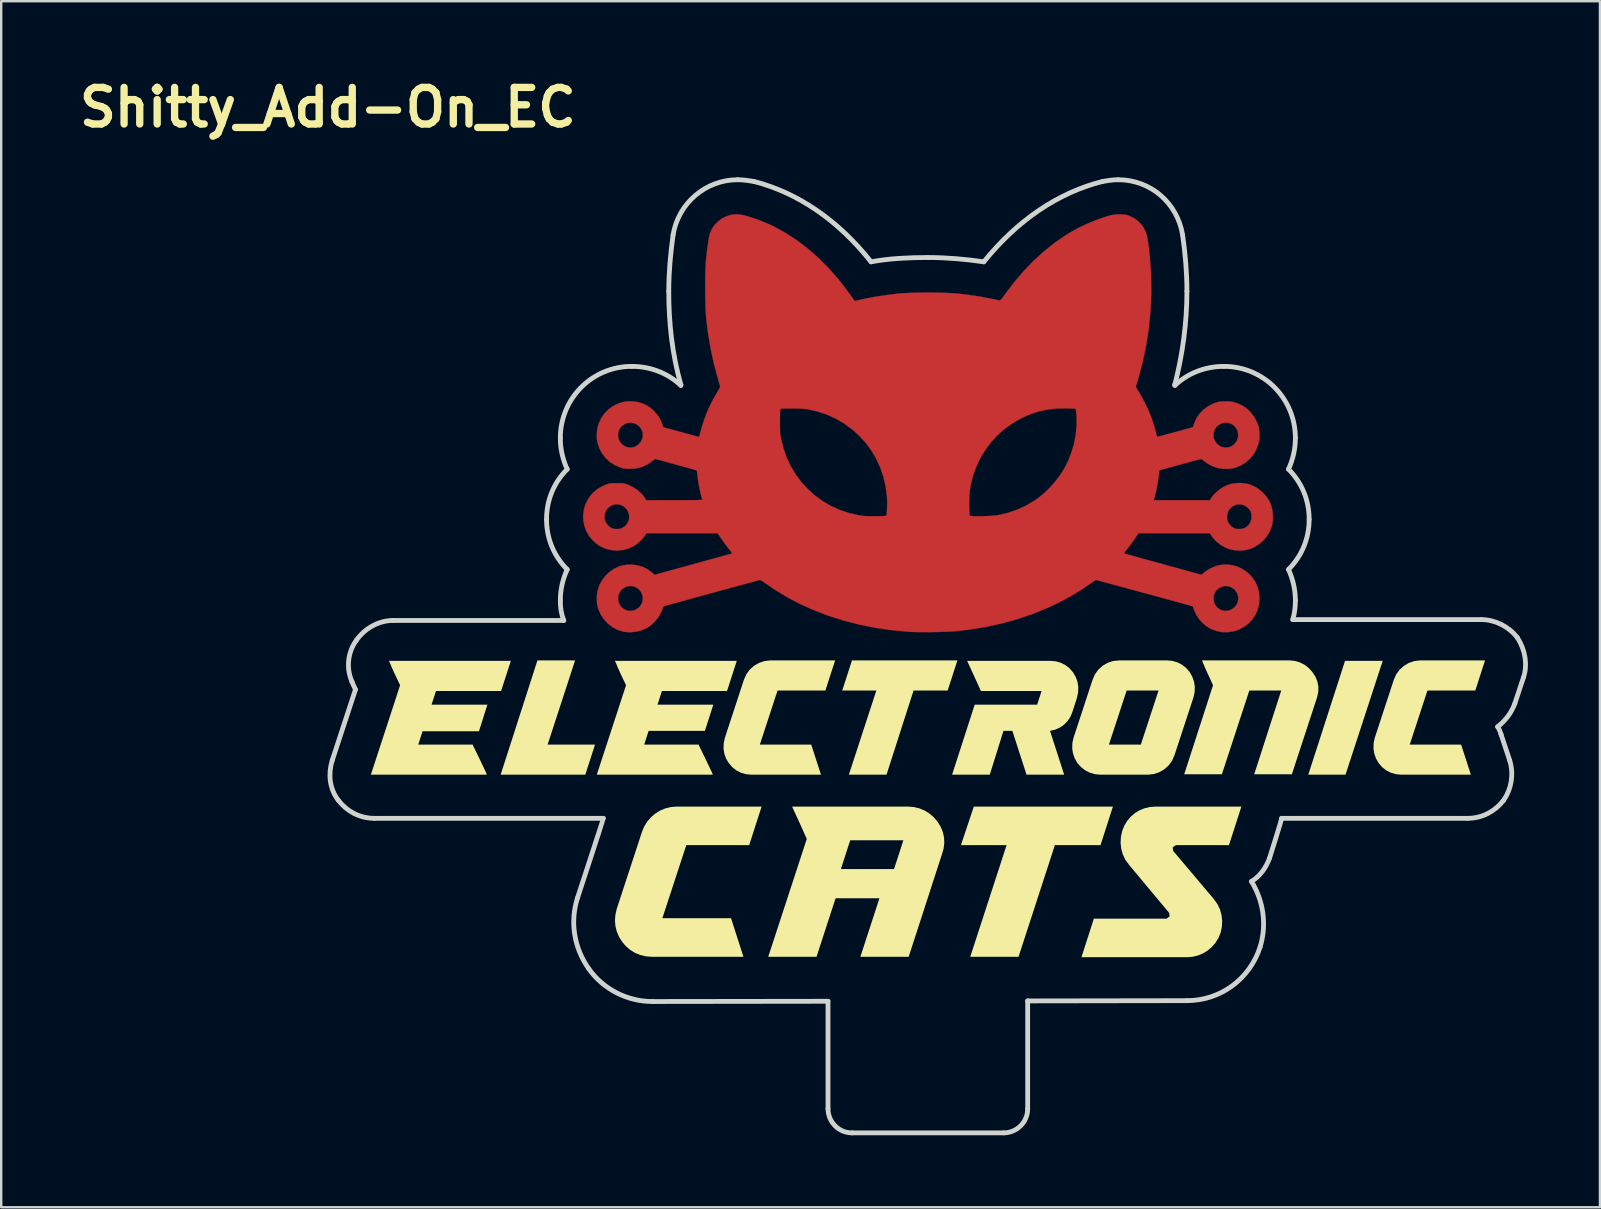
<source format=kicad_pcb>
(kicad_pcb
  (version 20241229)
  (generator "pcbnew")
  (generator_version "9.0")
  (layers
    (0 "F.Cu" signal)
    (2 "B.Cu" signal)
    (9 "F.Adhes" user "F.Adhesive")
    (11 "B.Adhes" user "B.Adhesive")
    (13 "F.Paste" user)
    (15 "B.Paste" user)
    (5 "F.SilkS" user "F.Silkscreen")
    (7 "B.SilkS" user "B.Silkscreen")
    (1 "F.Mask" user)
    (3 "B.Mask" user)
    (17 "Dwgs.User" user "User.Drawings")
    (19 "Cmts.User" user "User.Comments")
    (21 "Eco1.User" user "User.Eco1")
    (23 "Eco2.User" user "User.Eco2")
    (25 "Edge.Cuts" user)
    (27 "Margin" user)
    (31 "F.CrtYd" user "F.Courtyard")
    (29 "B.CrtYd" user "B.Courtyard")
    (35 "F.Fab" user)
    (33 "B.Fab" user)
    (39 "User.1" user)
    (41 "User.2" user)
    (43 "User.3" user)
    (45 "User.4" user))
  (footprint "Shitty_Add-On_EC"
    (layer "F.Cu")
    (at 10.61 4.382)
    (property "Reference" "Shitty_Add-On_EC" (at 0 -2.956 0) (layer "F.SilkS") (effects (font (size 1.524 1.524) (thickness 0.305))))
    (attr exclude_from_pos_files exclude_from_bom)
    (fp_poly (pts (xy 17.129 1.5) (xy 17.257 1.521) (xy 17.415 1.559) (xy 17.596 1.612) (xy 17.792 1.677) (xy 17.997 1.751) (xy 18.202 1.833) (xy 18.401 1.918) (xy 18.586 2.006) (xy 18.593 2.009) (xy 19.066 2.27) (xy 19.527 2.57) (xy 19.974 2.908) (xy 20.406 3.284) (xy 20.82 3.695) (xy 21.216 4.141) (xy 21.367 4.325) (xy 21.434 4.412) (xy 21.516 4.519) (xy 21.605 4.637) (xy 21.694 4.758) (xy 21.779 4.873) (xy 21.851 4.973) (xy 21.905 5.05) (xy 21.913 5.062) (xy 21.944 5.109) (xy 22.273 5.035) (xy 22.498 4.988) (xy 22.755 4.941) (xy 23.032 4.896) (xy 23.318 4.855) (xy 23.602 4.819) (xy 23.797 4.798) (xy 23.959 4.785) (xy 24.157 4.774) (xy 24.381 4.766) (xy 24.625 4.761) (xy 24.88 4.758) (xy 25.138 4.758) (xy 25.393 4.761) (xy 25.636 4.766) (xy 25.86 4.774) (xy 26.057 4.785) (xy 26.209 4.797) (xy 26.577 4.838) (xy 26.918 4.885) (xy 27.251 4.94) (xy 27.543 4.996) (xy 27.667 5.021) (xy 27.779 5.044) (xy 27.873 5.063) (xy 27.94 5.076) (xy 27.969 5.082) (xy 27.993 5.082) (xy 28.016 5.073) (xy 28.045 5.048) (xy 28.084 5.002) (xy 28.137 4.93) (xy 28.199 4.844) (xy 28.572 4.349) (xy 28.966 3.886) (xy 29.378 3.456) (xy 29.807 3.062) (xy 30.252 2.704) (xy 30.711 2.385) (xy 30.98 2.22) (xy 31.282 2.056) (xy 31.611 1.899) (xy 31.955 1.756) (xy 32.297 1.633) (xy 32.496 1.571) (xy 32.612 1.538) (xy 32.705 1.518) (xy 32.791 1.506) (xy 32.887 1.501) (xy 32.983 1.5) (xy 33.1 1.501) (xy 33.189 1.507) (xy 33.261 1.519) (xy 33.329 1.538) (xy 33.364 1.55) (xy 33.566 1.645) (xy 33.745 1.771) (xy 33.896 1.926) (xy 34.016 2.104) (xy 34.094 2.283) (xy 34.121 2.382) (xy 34.147 2.518) (xy 34.174 2.686) (xy 34.2 2.881) (xy 34.224 3.097) (xy 34.246 3.329) (xy 34.266 3.572) (xy 34.282 3.821) (xy 34.295 4.066) (xy 34.304 4.784) (xy 34.273 5.507) (xy 34.203 6.231) (xy 34.092 6.951) (xy 33.943 7.663) (xy 33.756 8.362) (xy 33.744 8.399) (xy 33.658 8.685) (xy 33.808 8.934) (xy 33.937 9.159) (xy 34.061 9.397) (xy 34.173 9.633) (xy 34.266 9.854) (xy 34.285 9.903) (xy 34.33 10.029) (xy 34.376 10.168) (xy 34.421 10.309) (xy 34.46 10.444) (xy 34.492 10.561) (xy 34.513 10.651) (xy 34.517 10.67) (xy 34.533 10.732) (xy 34.557 10.758) (xy 34.567 10.76) (xy 34.595 10.754) (xy 34.659 10.739) (xy 34.754 10.714) (xy 34.804 10.701) (xy 36.894 10.701) (xy 36.913 10.839) (xy 36.967 10.962) (xy 37.048 11.064) (xy 37.151 11.144) (xy 37.27 11.196) (xy 37.398 11.217) (xy 37.53 11.203) (xy 37.637 11.163) (xy 37.76 11.078) (xy 37.85 10.966) (xy 37.906 10.835) (xy 37.924 10.697) (xy 37.906 10.554) (xy 37.856 10.43) (xy 37.778 10.328) (xy 37.679 10.25) (xy 37.564 10.198) (xy 37.441 10.176) (xy 37.313 10.184) (xy 37.188 10.226) (xy 37.071 10.303) (xy 37.032 10.34) (xy 36.948 10.456) (xy 36.903 10.591) (xy 36.894 10.701) (xy 34.804 10.701) (xy 34.875 10.683) (xy 35.017 10.645) (xy 35.175 10.602) (xy 35.319 10.563) (xy 36.037 10.367) (xy 36.085 10.223) (xy 36.18 10.007) (xy 36.309 9.812) (xy 36.471 9.642) (xy 36.661 9.499) (xy 36.877 9.387) (xy 36.96 9.355) (xy 37.045 9.327) (xy 37.116 9.308) (xy 37.187 9.297) (xy 37.272 9.292) (xy 37.385 9.29) (xy 37.396 9.29) (xy 37.513 9.291) (xy 37.602 9.295) (xy 37.677 9.306) (xy 37.752 9.324) (xy 37.839 9.351) (xy 38.064 9.446) (xy 38.265 9.575) (xy 38.439 9.735) (xy 38.584 9.924) (xy 38.666 10.072) (xy 38.708 10.166) (xy 38.745 10.257) (xy 38.772 10.332) (xy 38.779 10.358) (xy 38.814 10.603) (xy 38.808 10.844) (xy 38.761 11.081) (xy 38.673 11.309) (xy 38.568 11.491) (xy 38.422 11.672) (xy 38.246 11.828) (xy 38.045 11.954) (xy 37.828 12.046) (xy 37.767 12.064) (xy 37.605 12.094) (xy 37.424 12.103) (xy 37.239 12.094) (xy 37.066 12.065) (xy 36.994 12.045) (xy 36.78 11.956) (xy 36.585 11.839) (xy 36.492 11.767) (xy 36.438 11.725) (xy 36.394 11.697) (xy 36.376 11.691) (xy 36.352 11.697) (xy 36.293 11.712) (xy 36.204 11.735) (xy 36.089 11.766) (xy 35.955 11.802) (xy 35.806 11.842) (xy 35.647 11.885) (xy 35.484 11.93) (xy 35.322 11.974) (xy 35.166 12.017) (xy 35.021 12.057) (xy 34.892 12.092) (xy 34.785 12.122) (xy 34.704 12.145) (xy 34.655 12.16) (xy 34.642 12.164) (xy 34.638 12.185) (xy 34.631 12.24) (xy 34.622 12.318) (xy 34.614 12.39) (xy 34.593 12.549) (xy 34.563 12.729) (xy 34.528 12.915) (xy 34.49 13.092) (xy 34.452 13.244) (xy 34.447 13.263) (xy 34.407 13.406) (xy 36.746 13.406) (xy 36.813 13.301) (xy 36.908 13.179) (xy 37.031 13.056) (xy 37.169 12.944) (xy 37.311 12.854) (xy 37.34 12.838) (xy 37.537 12.755) (xy 37.731 12.707) (xy 37.938 12.689) (xy 38.049 12.691) (xy 38.283 12.719) (xy 38.496 12.783) (xy 38.693 12.883) (xy 38.879 13.022) (xy 38.962 13.1) (xy 39.116 13.276) (xy 39.232 13.46) (xy 39.311 13.658) (xy 39.356 13.875) (xy 39.369 14.03) (xy 39.37 14.216) (xy 39.351 14.378) (xy 39.31 14.533) (xy 39.243 14.696) (xy 39.222 14.739) (xy 39.107 14.927) (xy 38.959 15.098) (xy 38.783 15.246) (xy 38.586 15.366) (xy 38.398 15.446) (xy 38.209 15.49) (xy 38.003 15.506) (xy 37.792 15.495) (xy 37.59 15.456) (xy 37.532 15.438) (xy 37.364 15.367) (xy 37.198 15.269) (xy 37.044 15.152) (xy 36.912 15.023) (xy 36.811 14.89) (xy 36.801 14.875) (xy 36.747 14.782) (xy 33.774 14.782) (xy 33.611 15.02) (xy 33.534 15.13) (xy 33.449 15.247) (xy 33.365 15.358) (xy 33.302 15.438) (xy 33.239 15.517) (xy 33.2 15.57) (xy 33.181 15.602) (xy 33.18 15.62) (xy 33.194 15.631) (xy 33.202 15.634) (xy 33.229 15.642) (xy 33.294 15.66) (xy 33.393 15.688) (xy 33.524 15.724) (xy 33.682 15.768) (xy 33.865 15.818) (xy 34.069 15.875) (xy 34.292 15.936) (xy 34.529 16.001) (xy 34.778 16.07) (xy 34.823 16.082) (xy 36.398 16.515) (xy 36.505 16.42) (xy 36.612 16.34) (xy 36.745 16.262) (xy 36.891 16.193) (xy 37.033 16.139) (xy 37.089 16.123) (xy 37.314 16.088) (xy 37.541 16.092) (xy 37.766 16.135) (xy 37.983 16.212) (xy 38.186 16.324) (xy 38.371 16.468) (xy 38.5 16.605) (xy 38.634 16.8) (xy 38.731 17.014) (xy 38.79 17.245) (xy 38.811 17.49) (xy 38.811 17.502) (xy 38.791 17.749) (xy 38.733 17.978) (xy 38.638 18.189) (xy 38.503 18.384) (xy 38.349 18.545) (xy 38.16 18.69) (xy 37.953 18.799) (xy 37.733 18.871) (xy 37.504 18.906) (xy 37.271 18.903) (xy 37.04 18.861) (xy 36.814 18.78) (xy 36.744 18.746) (xy 36.59 18.648) (xy 36.44 18.518) (xy 36.304 18.369) (xy 36.195 18.211) (xy 36.163 18.152) (xy 36.122 18.065) (xy 36.087 17.983) (xy 36.065 17.92) (xy 36.061 17.904) (xy 36.043 17.852) (xy 36.016 17.822) (xy 36.013 17.821) (xy 35.97 17.808) (xy 35.891 17.787) (xy 35.781 17.756) (xy 35.641 17.717) (xy 35.476 17.672) (xy 35.289 17.621) (xy 35.083 17.565) (xy 34.862 17.504) (xy 34.853 17.502) (xy 36.893 17.502) (xy 36.912 17.643) (xy 36.965 17.768) (xy 37.046 17.871) (xy 37.15 17.951) (xy 37.269 18.001) (xy 37.4 18.02) (xy 37.534 18.004) (xy 37.635 17.965) (xy 37.756 17.884) (xy 37.846 17.78) (xy 37.904 17.661) (xy 37.929 17.532) (xy 37.921 17.401) (xy 37.878 17.274) (xy 37.8 17.158) (xy 37.746 17.105) (xy 37.627 17.028) (xy 37.5 16.988) (xy 37.372 16.982) (xy 37.247 17.008) (xy 37.132 17.063) (xy 37.034 17.145) (xy 36.957 17.249) (xy 36.908 17.375) (xy 36.893 17.502) (xy 34.853 17.502) (xy 34.629 17.441) (xy 34.387 17.375) (xy 34.141 17.308) (xy 33.892 17.24) (xy 33.645 17.173) (xy 33.403 17.107) (xy 33.17 17.044) (xy 32.948 16.984) (xy 32.742 16.928) (xy 32.554 16.877) (xy 32.388 16.832) (xy 32.247 16.794) (xy 32.135 16.764) (xy 32.055 16.743) (xy 32.01 16.731) (xy 32.002 16.729) (xy 31.977 16.741) (xy 31.924 16.774) (xy 31.851 16.823) (xy 31.763 16.884) (xy 31.716 16.917) (xy 31.35 17.164) (xy 30.953 17.403) (xy 30.537 17.63) (xy 30.112 17.836) (xy 30.031 17.872) (xy 29.407 18.129) (xy 28.767 18.349) (xy 28.109 18.533) (xy 27.431 18.683) (xy 26.732 18.797) (xy 26.231 18.857) (xy 26.07 18.871) (xy 25.875 18.882) (xy 25.656 18.891) (xy 25.42 18.898) (xy 25.178 18.903) (xy 24.936 18.905) (xy 24.705 18.905) (xy 24.493 18.901) (xy 24.309 18.895) (xy 24.22 18.89) (xy 23.521 18.826) (xy 22.838 18.728) (xy 22.17 18.596) (xy 21.522 18.431) (xy 20.893 18.234) (xy 20.287 18.006) (xy 19.705 17.747) (xy 19.149 17.457) (xy 18.621 17.138) (xy 18.19 16.84) (xy 18.11 16.783) (xy 18.054 16.75) (xy 18.013 16.736) (xy 17.977 16.736) (xy 17.974 16.737) (xy 17.94 16.745) (xy 17.87 16.763) (xy 17.767 16.791) (xy 17.634 16.827) (xy 17.474 16.87) (xy 17.292 16.919) (xy 17.09 16.974) (xy 16.873 17.033) (xy 16.642 17.096) (xy 16.403 17.161) (xy 16.158 17.228) (xy 15.91 17.296) (xy 15.664 17.364) (xy 15.422 17.43) (xy 15.187 17.495) (xy 14.965 17.556) (xy 14.756 17.613) (xy 14.566 17.666) (xy 14.398 17.713) (xy 14.255 17.753) (xy 14.14 17.785) (xy 14.057 17.808) (xy 14.009 17.823) (xy 13.998 17.826) (xy 13.974 17.856) (xy 13.95 17.909) (xy 13.944 17.927) (xy 13.872 18.106) (xy 13.766 18.283) (xy 13.634 18.45) (xy 13.483 18.596) (xy 13.321 18.714) (xy 13.262 18.747) (xy 13.056 18.833) (xy 12.834 18.887) (xy 12.608 18.909) (xy 12.387 18.897) (xy 12.273 18.875) (xy 12.055 18.802) (xy 11.852 18.691) (xy 11.669 18.549) (xy 11.509 18.38) (xy 11.378 18.188) (xy 11.28 17.979) (xy 11.235 17.829) (xy 11.21 17.666) (xy 11.204 17.492) (xy 12.089 17.492) (xy 12.107 17.636) (xy 12.158 17.763) (xy 12.237 17.868) (xy 12.339 17.948) (xy 12.458 18.001) (xy 12.587 18.021) (xy 12.722 18.005) (xy 12.828 17.965) (xy 12.949 17.884) (xy 13.039 17.78) (xy 13.097 17.66) (xy 13.123 17.532) (xy 13.114 17.4) (xy 13.071 17.273) (xy 12.992 17.158) (xy 12.939 17.105) (xy 12.82 17.028) (xy 12.693 16.988) (xy 12.565 16.982) (xy 12.44 17.008) (xy 12.325 17.063) (xy 12.227 17.144) (xy 12.151 17.248) (xy 12.103 17.373) (xy 12.089 17.492) (xy 11.204 17.492) (xy 11.204 17.483) (xy 11.216 17.301) (xy 11.244 17.144) (xy 11.321 16.927) (xy 11.433 16.725) (xy 11.576 16.543) (xy 11.745 16.386) (xy 11.936 16.257) (xy 12.143 16.163) (xy 12.274 16.124) (xy 12.494 16.091) (xy 12.718 16.094) (xy 12.939 16.13) (xy 13.149 16.198) (xy 13.34 16.296) (xy 13.506 16.421) (xy 13.511 16.425) (xy 13.608 16.516) (xy 15.223 16.073) (xy 15.476 16.003) (xy 15.717 15.937) (xy 15.943 15.875) (xy 16.151 15.817) (xy 16.338 15.766) (xy 16.5 15.721) (xy 16.634 15.683) (xy 16.738 15.654) (xy 16.809 15.634) (xy 16.843 15.624) (xy 16.845 15.623) (xy 16.835 15.605) (xy 16.803 15.561) (xy 16.754 15.497) (xy 16.692 15.418) (xy 16.682 15.406) (xy 16.6 15.299) (xy 16.51 15.178) (xy 16.425 15.06) (xy 16.376 14.988) (xy 16.238 14.782) (xy 13.265 14.782) (xy 13.223 14.86) (xy 13.177 14.929) (xy 13.105 15.012) (xy 13.017 15.102) (xy 12.923 15.188) (xy 12.831 15.262) (xy 12.763 15.308) (xy 12.543 15.414) (xy 12.313 15.48) (xy 12.078 15.507) (xy 11.842 15.493) (xy 11.61 15.441) (xy 11.386 15.348) (xy 11.314 15.308) (xy 11.244 15.26) (xy 11.159 15.193) (xy 11.074 15.118) (xy 11.042 15.087) (xy 10.891 14.91) (xy 10.774 14.71) (xy 10.692 14.496) (xy 10.645 14.27) (xy 10.638 14.108) (xy 11.522 14.108) (xy 11.542 14.249) (xy 11.545 14.257) (xy 11.586 14.343) (xy 11.653 14.432) (xy 11.734 14.512) (xy 11.817 14.569) (xy 11.826 14.573) (xy 11.93 14.603) (xy 12.051 14.611) (xy 12.17 14.598) (xy 12.25 14.572) (xy 12.372 14.495) (xy 12.462 14.396) (xy 12.522 14.28) (xy 12.551 14.155) (xy 12.551 14.132) (xy 37.456 14.132) (xy 37.48 14.258) (xy 37.538 14.378) (xy 37.631 14.485) (xy 37.717 14.551) (xy 37.799 14.59) (xy 37.892 14.607) (xy 37.991 14.607) (xy 38.083 14.6) (xy 38.152 14.584) (xy 38.217 14.554) (xy 38.244 14.538) (xy 38.357 14.445) (xy 38.434 14.329) (xy 38.476 14.19) (xy 38.483 14.133) (xy 38.478 13.994) (xy 38.444 13.878) (xy 38.374 13.775) (xy 38.316 13.717) (xy 38.196 13.631) (xy 38.067 13.586) (xy 37.927 13.581) (xy 37.912 13.582) (xy 37.775 13.617) (xy 37.659 13.683) (xy 37.568 13.774) (xy 37.502 13.883) (xy 37.464 14.005) (xy 37.456 14.132) (xy 12.551 14.132) (xy 12.549 14.028) (xy 12.516 13.903) (xy 12.452 13.789) (xy 12.357 13.692) (xy 12.25 13.626) (xy 12.117 13.583) (xy 11.986 13.579) (xy 11.862 13.608) (xy 11.751 13.667) (xy 11.656 13.75) (xy 11.583 13.855) (xy 11.537 13.975) (xy 11.522 14.108) (xy 10.638 14.108) (xy 10.635 14.041) (xy 10.662 13.812) (xy 10.727 13.589) (xy 10.765 13.502) (xy 10.888 13.287) (xy 11.036 13.105) (xy 11.213 12.953) (xy 11.419 12.83) (xy 11.572 12.763) (xy 11.643 12.737) (xy 11.702 12.719) (xy 11.76 12.707) (xy 11.827 12.701) (xy 11.915 12.699) (xy 12.035 12.698) (xy 12.038 12.698) (xy 12.159 12.699) (xy 12.249 12.702) (xy 12.317 12.709) (xy 12.377 12.72) (xy 12.437 12.739) (xy 12.508 12.765) (xy 12.712 12.86) (xy 12.899 12.984) (xy 13.062 13.129) (xy 13.192 13.29) (xy 13.207 13.312) (xy 13.266 13.406) (xy 14.438 13.406) (xy 14.691 13.406) (xy 14.905 13.406) (xy 15.083 13.405) (xy 15.229 13.404) (xy 15.345 13.402) (xy 15.434 13.4) (xy 15.5 13.397) (xy 15.547 13.394) (xy 15.576 13.389) (xy 15.592 13.384) (xy 15.597 13.377) (xy 15.597 13.372) (xy 15.568 13.283) (xy 15.536 13.161) (xy 15.503 13.015) (xy 15.471 12.856) (xy 15.442 12.691) (xy 15.417 12.532) (xy 15.398 12.386) (xy 15.396 12.363) (xy 15.387 12.278) (xy 15.378 12.212) (xy 15.37 12.173) (xy 15.368 12.167) (xy 15.346 12.159) (xy 15.289 12.142) (xy 15.201 12.117) (xy 15.087 12.085) (xy 14.954 12.048) (xy 14.805 12.006) (xy 14.647 11.963) (xy 14.484 11.918) (xy 14.322 11.873) (xy 14.165 11.831) (xy 14.019 11.791) (xy 13.89 11.756) (xy 13.782 11.728) (xy 13.7 11.706) (xy 13.65 11.694) (xy 13.636 11.691) (xy 13.609 11.704) (xy 13.56 11.737) (xy 13.499 11.784) (xy 13.493 11.789) (xy 13.3 11.923) (xy 13.096 12.019) (xy 12.876 12.077) (xy 12.637 12.1) (xy 12.589 12.101) (xy 12.469 12.098) (xy 12.375 12.09) (xy 12.292 12.075) (xy 12.202 12.05) (xy 12.186 12.044) (xy 11.96 11.949) (xy 11.757 11.82) (xy 11.581 11.659) (xy 11.433 11.471) (xy 11.316 11.258) (xy 11.234 11.022) (xy 11.232 11.015) (xy 11.208 10.862) (xy 11.203 10.702) (xy 12.089 10.702) (xy 12.108 10.841) (xy 12.161 10.964) (xy 12.242 11.067) (xy 12.345 11.146) (xy 12.464 11.198) (xy 12.592 11.218) (xy 12.724 11.203) (xy 12.83 11.163) (xy 12.946 11.082) (xy 13.036 10.975) (xy 13.096 10.851) (xy 13.122 10.718) (xy 13.111 10.583) (xy 13.108 10.57) (xy 13.052 10.436) (xy 12.969 10.328) (xy 12.864 10.247) (xy 12.744 10.196) (xy 12.616 10.177) (xy 12.485 10.19) (xy 12.359 10.238) (xy 12.244 10.322) (xy 12.225 10.34) (xy 12.143 10.453) (xy 12.099 10.583) (xy 12.089 10.702) (xy 11.203 10.702) (xy 11.202 10.687) (xy 11.215 10.506) (xy 11.246 10.335) (xy 11.281 10.22) (xy 11.384 9.993) (xy 11.515 9.799) (xy 11.676 9.633) (xy 11.868 9.493) (xy 12.018 9.413) (xy 12.236 9.331) (xy 12.465 9.289) (xy 12.698 9.286) (xy 12.931 9.322) (xy 13.159 9.396) (xy 13.298 9.464) (xy 13.461 9.574) (xy 13.613 9.718) (xy 13.749 9.887) (xy 13.861 10.072) (xy 13.941 10.263) (xy 13.975 10.369) (xy 14.721 10.571) (xy 15.467 10.774) (xy 15.495 10.666) (xy 15.602 10.28) (xy 15.656 10.122) (xy 18.833 10.122) (xy 18.834 10.29) (xy 18.835 10.423) (xy 18.839 10.531) (xy 18.845 10.621) (xy 18.854 10.701) (xy 18.866 10.779) (xy 18.882 10.863) (xy 18.882 10.864) (xy 18.984 11.265) (xy 19.122 11.647) (xy 19.294 12.008) (xy 19.499 12.347) (xy 19.735 12.662) (xy 19.999 12.95) (xy 20.29 13.21) (xy 20.606 13.441) (xy 20.944 13.639) (xy 21.304 13.804) (xy 21.682 13.934) (xy 22.076 14.027) (xy 22.301 14.062) (xy 22.363 14.067) (xy 22.452 14.07) (xy 22.561 14.073) (xy 22.682 14.074) (xy 22.808 14.074) (xy 22.932 14.073) (xy 23.046 14.071) (xy 23.143 14.068) (xy 23.214 14.064) (xy 23.254 14.058) (xy 23.259 14.056) (xy 23.272 14.023) (xy 23.282 13.955) (xy 23.291 13.861) (xy 23.297 13.747) (xy 23.301 13.622) (xy 23.301 13.544) (xy 26.718 13.544) (xy 26.718 13.701) (xy 26.723 13.839) (xy 26.731 13.947) (xy 26.731 13.95) (xy 26.744 14.06) (xy 26.853 14.069) (xy 26.954 14.074) (xy 27.084 14.076) (xy 27.233 14.075) (xy 27.391 14.07) (xy 27.547 14.064) (xy 27.692 14.055) (xy 27.816 14.044) (xy 27.908 14.032) (xy 27.913 14.032) (xy 28.317 13.939) (xy 28.703 13.808) (xy 29.072 13.638) (xy 29.427 13.428) (xy 29.649 13.271) (xy 29.868 13.089) (xy 30.085 12.875) (xy 30.294 12.64) (xy 30.484 12.392) (xy 30.648 12.141) (xy 30.674 12.096) (xy 30.843 11.764) (xy 30.98 11.413) (xy 31.086 11.05) (xy 31.157 10.681) (xy 31.193 10.313) (xy 31.192 9.954) (xy 31.186 9.867) (xy 31.177 9.767) (xy 31.168 9.684) (xy 31.16 9.626) (xy 31.154 9.601) (xy 31.154 9.601) (xy 31.13 9.597) (xy 31.071 9.593) (xy 30.985 9.588) (xy 30.876 9.584) (xy 30.777 9.581) (xy 30.367 9.587) (xy 29.974 9.631) (xy 29.597 9.714) (xy 29.231 9.836) (xy 28.875 9.998) (xy 28.526 10.201) (xy 28.464 10.242) (xy 28.15 10.473) (xy 27.869 10.726) (xy 27.616 11.006) (xy 27.392 11.309) (xy 27.178 11.663) (xy 27.004 12.031) (xy 26.87 12.414) (xy 26.776 12.811) (xy 26.75 12.964) (xy 26.738 13.079) (xy 26.728 13.222) (xy 26.721 13.381) (xy 26.718 13.544) (xy 23.301 13.544) (xy 23.301 13.493) (xy 23.298 13.368) (xy 23.292 13.254) (xy 23.291 13.247) (xy 23.237 12.831) (xy 23.144 12.431) (xy 23.014 12.047) (xy 22.846 11.682) (xy 22.643 11.338) (xy 22.405 11.015) (xy 22.133 10.717) (xy 21.829 10.445) (xy 21.827 10.444) (xy 21.499 10.205) (xy 21.152 10.004) (xy 20.786 9.84) (xy 20.398 9.711) (xy 19.986 9.617) (xy 19.965 9.613) (xy 19.901 9.606) (xy 19.809 9.599) (xy 19.695 9.593) (xy 19.568 9.589) (xy 19.432 9.586) (xy 19.296 9.585) (xy 19.167 9.585) (xy 19.051 9.587) (xy 18.955 9.59) (xy 18.887 9.595) (xy 18.853 9.602) (xy 18.851 9.603) (xy 18.846 9.628) (xy 18.841 9.69) (xy 18.838 9.782) (xy 18.835 9.897) (xy 18.833 10.031) (xy 18.833 10.122) (xy 15.656 10.122) (xy 15.722 9.924) (xy 15.86 9.588) (xy 16.019 9.262) (xy 16.204 8.935) (xy 16.206 8.931) (xy 16.259 8.842) (xy 16.303 8.766) (xy 16.333 8.711) (xy 16.346 8.683) (xy 16.346 8.682) (xy 16.34 8.656) (xy 16.324 8.598) (xy 16.3 8.514) (xy 16.27 8.411) (xy 16.252 8.35) (xy 16.083 7.726) (xy 15.945 7.087) (xy 15.835 6.427) (xy 15.76 5.807) (xy 15.749 5.668) (xy 15.74 5.494) (xy 15.732 5.293) (xy 15.726 5.071) (xy 15.723 4.836) (xy 15.721 4.595) (xy 15.721 4.355) (xy 15.723 4.123) (xy 15.727 3.907) (xy 15.733 3.713) (xy 15.742 3.549) (xy 15.749 3.447) (xy 15.768 3.257) (xy 15.79 3.068) (xy 15.813 2.884) (xy 15.837 2.713) (xy 15.861 2.56) (xy 15.883 2.433) (xy 15.904 2.337) (xy 15.917 2.29) (xy 16.002 2.099) (xy 16.121 1.929) (xy 16.267 1.781) (xy 16.436 1.661) (xy 16.622 1.571) (xy 16.82 1.514) (xy 17.024 1.495) (xy 17.129 1.5)) (stroke (width 0.01) (type solid)) (fill yes) (layer "F.Cu"))
    (fp_poly (pts (xy 12.689 16.972) (xy 12.812 17.007) (xy 12.925 17.071) (xy 13.021 17.163) (xy 13.093 17.284) (xy 13.119 17.356) (xy 13.141 17.497) (xy 13.125 17.631) (xy 13.076 17.753) (xy 13 17.859) (xy 12.901 17.945) (xy 12.784 18.005) (xy 12.654 18.036) (xy 12.516 18.033) (xy 12.419 18.008) (xy 12.293 17.942) (xy 12.193 17.848) (xy 12.12 17.732) (xy 12.079 17.602) (xy 12.071 17.464) (xy 12.099 17.327) (xy 12.129 17.256) (xy 12.213 17.136) (xy 12.317 17.048) (xy 12.435 16.992) (xy 12.561 16.967) (xy 12.689 16.972)) (stroke (width 0.01) (type solid)) (fill yes) (layer "F.Mask"))
    (fp_poly (pts (xy 12.698 10.166) (xy 12.819 10.203) (xy 12.929 10.267) (xy 13.021 10.357) (xy 13.09 10.47) (xy 13.129 10.604) (xy 13.137 10.697) (xy 13.117 10.845) (xy 13.06 10.977) (xy 12.969 11.089) (xy 12.847 11.174) (xy 12.801 11.195) (xy 12.702 11.22) (xy 12.585 11.226) (xy 12.469 11.212) (xy 12.372 11.181) (xy 12.282 11.121) (xy 12.197 11.039) (xy 12.13 10.947) (xy 12.095 10.87) (xy 12.068 10.716) (xy 12.083 10.571) (xy 12.138 10.436) (xy 12.209 10.34) (xy 12.32 10.244) (xy 12.442 10.184) (xy 12.57 10.159) (xy 12.698 10.166)) (stroke (width 0.01) (type solid)) (fill yes) (layer "F.Mask"))
    (fp_poly (pts (xy 37.522 16.975) (xy 37.654 17.023) (xy 37.774 17.107) (xy 37.784 17.117) (xy 37.874 17.228) (xy 37.927 17.352) (xy 37.947 17.481) (xy 37.935 17.609) (xy 37.893 17.731) (xy 37.824 17.84) (xy 37.73 17.93) (xy 37.614 17.996) (xy 37.477 18.03) (xy 37.445 18.033) (xy 37.325 18.03) (xy 37.227 18.009) (xy 37.226 18.009) (xy 37.099 17.941) (xy 36.998 17.845) (xy 36.925 17.727) (xy 36.885 17.596) (xy 36.878 17.457) (xy 36.909 17.319) (xy 36.937 17.256) (xy 37.022 17.134) (xy 37.13 17.044) (xy 37.253 16.987) (xy 37.386 16.964) (xy 37.522 16.975)) (stroke (width 0.01) (type solid)) (fill yes) (layer "F.Mask"))
    (fp_poly (pts (xy 37.498 10.166) (xy 37.63 10.206) (xy 37.747 10.279) (xy 37.843 10.381) (xy 37.913 10.509) (xy 37.939 10.595) (xy 37.948 10.724) (xy 37.92 10.855) (xy 37.861 10.979) (xy 37.776 11.085) (xy 37.668 11.164) (xy 37.664 11.167) (xy 37.536 11.213) (xy 37.398 11.228) (xy 37.264 11.212) (xy 37.179 11.181) (xy 37.089 11.121) (xy 37.005 11.039) (xy 36.937 10.947) (xy 36.902 10.87) (xy 36.883 10.766) (xy 36.879 10.652) (xy 36.892 10.548) (xy 36.908 10.496) (xy 36.961 10.406) (xy 37.039 10.316) (xy 37.13 10.241) (xy 37.213 10.195) (xy 37.357 10.161) (xy 37.498 10.166)) (stroke (width 0.01) (type solid)) (fill yes) (layer "F.Mask"))
    (fp_poly (pts (xy 12.176 13.579) (xy 12.289 13.62) (xy 12.391 13.695) (xy 12.422 13.727) (xy 12.499 13.823) (xy 12.545 13.918) (xy 12.565 14.03) (xy 12.567 14.094) (xy 12.549 14.247) (xy 12.493 14.382) (xy 12.403 14.494) (xy 12.281 14.581) (xy 12.276 14.584) (xy 12.199 14.609) (xy 12.098 14.624) (xy 11.991 14.627) (xy 11.895 14.617) (xy 11.855 14.605) (xy 11.733 14.539) (xy 11.63 14.438) (xy 11.599 14.396) (xy 11.53 14.26) (xy 11.503 14.119) (xy 11.515 13.979) (xy 11.567 13.845) (xy 11.655 13.727) (xy 11.754 13.64) (xy 11.863 13.589) (xy 11.991 13.567) (xy 12.038 13.566) (xy 12.176 13.579)) (stroke (width 0.01) (type solid)) (fill yes) (layer "F.Mask"))
    (fp_poly (pts (xy 38.125 13.584) (xy 38.236 13.633) (xy 38.351 13.717) (xy 38.435 13.822) (xy 38.486 13.942) (xy 38.507 14.071) (xy 38.496 14.201) (xy 38.455 14.326) (xy 38.382 14.439) (xy 38.279 14.534) (xy 38.214 14.575) (xy 38.081 14.621) (xy 37.935 14.632) (xy 37.79 14.607) (xy 37.788 14.606) (xy 37.735 14.579) (xy 37.668 14.531) (xy 37.605 14.476) (xy 37.536 14.402) (xy 37.492 14.333) (xy 37.461 14.252) (xy 37.459 14.244) (xy 37.438 14.1) (xy 37.455 13.96) (xy 37.508 13.832) (xy 37.591 13.722) (xy 37.702 13.635) (xy 37.838 13.579) (xy 37.853 13.575) (xy 37.991 13.56) (xy 38.125 13.584)) (stroke (width 0.01) (type solid)) (fill yes) (layer "F.Mask"))
    (fp_poly (pts (xy 30.804 9.56) (xy 30.916 9.566) (xy 31.014 9.572) (xy 31.091 9.578) (xy 31.137 9.584) (xy 31.145 9.586) (xy 31.164 9.603) (xy 31.179 9.64) (xy 31.191 9.701) (xy 31.198 9.79) (xy 31.203 9.912) (xy 31.205 10.07) (xy 31.205 10.144) (xy 31.184 10.551) (xy 31.124 10.947) (xy 31.025 11.331) (xy 30.889 11.7) (xy 30.719 12.052) (xy 30.514 12.384) (xy 30.278 12.694) (xy 30.012 12.98) (xy 29.716 13.24) (xy 29.394 13.471) (xy 29.046 13.671) (xy 28.674 13.838) (xy 28.617 13.859) (xy 28.311 13.957) (xy 27.986 14.03) (xy 27.652 14.079) (xy 27.321 14.101) (xy 27.004 14.096) (xy 26.871 14.084) (xy 26.8 14.074) (xy 26.747 14.063) (xy 26.725 14.056) (xy 26.718 14.028) (xy 26.712 13.965) (xy 26.707 13.874) (xy 26.703 13.764) (xy 26.701 13.641) (xy 26.701 13.512) (xy 26.702 13.386) (xy 26.705 13.27) (xy 26.709 13.17) (xy 26.715 13.099) (xy 26.784 12.689) (xy 26.891 12.294) (xy 27.035 11.916) (xy 27.215 11.557) (xy 27.429 11.219) (xy 27.677 10.905) (xy 27.957 10.618) (xy 28.104 10.489) (xy 28.434 10.239) (xy 28.781 10.028) (xy 29.145 9.854) (xy 29.523 9.72) (xy 29.912 9.625) (xy 30.312 9.571) (xy 30.718 9.558) (xy 30.804 9.56)) (stroke (width 0.01) (type solid)) (fill yes) (layer "F.Mask"))
    (fp_poly (pts (xy 19.538 9.561) (xy 19.656 9.566) (xy 19.743 9.573) (xy 20.159 9.638) (xy 20.555 9.74) (xy 20.933 9.881) (xy 21.292 10.059) (xy 21.631 10.274) (xy 21.95 10.527) (xy 22.075 10.641) (xy 22.363 10.943) (xy 22.614 11.266) (xy 22.827 11.609) (xy 23.003 11.969) (xy 23.141 12.348) (xy 23.24 12.742) (xy 23.299 13.151) (xy 23.308 13.269) (xy 23.313 13.368) (xy 23.314 13.482) (xy 23.314 13.604) (xy 23.311 13.725) (xy 23.306 13.839) (xy 23.3 13.936) (xy 23.292 14.01) (xy 23.283 14.051) (xy 23.28 14.057) (xy 23.246 14.07) (xy 23.177 14.081) (xy 23.08 14.089) (xy 22.963 14.096) (xy 22.832 14.099) (xy 22.696 14.099) (xy 22.562 14.096) (xy 22.437 14.09) (xy 22.336 14.081) (xy 21.932 14.015) (xy 21.538 13.908) (xy 21.159 13.761) (xy 20.795 13.577) (xy 20.449 13.355) (xy 20.181 13.146) (xy 19.9 12.881) (xy 19.646 12.585) (xy 19.42 12.262) (xy 19.226 11.917) (xy 19.065 11.553) (xy 18.94 11.175) (xy 18.855 10.802) (xy 18.834 10.654) (xy 18.818 10.477) (xy 18.808 10.285) (xy 18.803 10.094) (xy 18.805 9.916) (xy 18.811 9.804) (xy 18.819 9.709) (xy 18.827 9.648) (xy 18.838 9.613) (xy 18.853 9.595) (xy 18.872 9.587) (xy 18.931 9.577) (xy 19.024 9.569) (xy 19.14 9.563) (xy 19.271 9.56) (xy 19.407 9.559) (xy 19.538 9.561)) (stroke (width 0.01) (type solid)) (fill yes) (layer "F.Mask"))
    (fp_poly (pts (xy 12.689 16.972) (xy 12.812 17.007) (xy 12.925 17.071) (xy 13.021 17.163) (xy 13.093 17.284) (xy 13.119 17.356) (xy 13.141 17.497) (xy 13.125 17.631) (xy 13.076 17.753) (xy 13 17.859) (xy 12.901 17.945) (xy 12.784 18.005) (xy 12.654 18.036) (xy 12.516 18.033) (xy 12.419 18.008) (xy 12.293 17.942) (xy 12.193 17.848) (xy 12.12 17.732) (xy 12.079 17.602) (xy 12.071 17.464) (xy 12.099 17.327) (xy 12.129 17.256) (xy 12.213 17.136) (xy 12.317 17.048) (xy 12.435 16.992) (xy 12.561 16.967) (xy 12.689 16.972)) (stroke (width 0.01) (type solid)) (fill yes) (layer "B.Mask"))
    (fp_poly (pts (xy 12.698 10.166) (xy 12.819 10.203) (xy 12.929 10.267) (xy 13.021 10.357) (xy 13.09 10.47) (xy 13.129 10.604) (xy 13.137 10.697) (xy 13.117 10.845) (xy 13.06 10.977) (xy 12.969 11.089) (xy 12.847 11.174) (xy 12.801 11.195) (xy 12.702 11.22) (xy 12.585 11.226) (xy 12.469 11.212) (xy 12.372 11.181) (xy 12.282 11.121) (xy 12.197 11.039) (xy 12.13 10.947) (xy 12.095 10.87) (xy 12.068 10.716) (xy 12.083 10.571) (xy 12.138 10.436) (xy 12.209 10.34) (xy 12.32 10.244) (xy 12.442 10.184) (xy 12.57 10.159) (xy 12.698 10.166)) (stroke (width 0.01) (type solid)) (fill yes) (layer "B.Mask"))
    (fp_poly (pts (xy 37.522 16.975) (xy 37.654 17.023) (xy 37.774 17.107) (xy 37.784 17.117) (xy 37.874 17.228) (xy 37.927 17.352) (xy 37.947 17.481) (xy 37.935 17.609) (xy 37.893 17.731) (xy 37.824 17.84) (xy 37.73 17.93) (xy 37.614 17.996) (xy 37.477 18.03) (xy 37.445 18.033) (xy 37.325 18.03) (xy 37.227 18.009) (xy 37.226 18.009) (xy 37.099 17.941) (xy 36.998 17.845) (xy 36.925 17.727) (xy 36.885 17.596) (xy 36.878 17.457) (xy 36.909 17.319) (xy 36.937 17.256) (xy 37.022 17.134) (xy 37.13 17.044) (xy 37.253 16.987) (xy 37.386 16.964) (xy 37.522 16.975)) (stroke (width 0.01) (type solid)) (fill yes) (layer "B.Mask"))
    (fp_poly (pts (xy 37.499 10.165) (xy 37.631 10.205) (xy 37.748 10.278) (xy 37.845 10.38) (xy 37.914 10.508) (xy 37.941 10.594) (xy 37.949 10.723) (xy 37.922 10.855) (xy 37.863 10.978) (xy 37.777 11.084) (xy 37.67 11.164) (xy 37.665 11.166) (xy 37.537 11.213) (xy 37.399 11.228) (xy 37.266 11.212) (xy 37.18 11.181) (xy 37.091 11.121) (xy 37.006 11.038) (xy 36.939 10.946) (xy 36.904 10.869) (xy 36.884 10.765) (xy 36.881 10.652) (xy 36.893 10.548) (xy 36.909 10.496) (xy 36.962 10.405) (xy 37.041 10.316) (xy 37.131 10.24) (xy 37.214 10.195) (xy 37.358 10.16) (xy 37.499 10.165)) (stroke (width 0.01) (type solid)) (fill yes) (layer "B.Mask"))
    (fp_poly (pts (xy 12.176 13.579) (xy 12.289 13.62) (xy 12.391 13.695) (xy 12.422 13.727) (xy 12.499 13.823) (xy 12.545 13.918) (xy 12.565 14.03) (xy 12.567 14.094) (xy 12.549 14.247) (xy 12.493 14.382) (xy 12.403 14.494) (xy 12.281 14.581) (xy 12.276 14.584) (xy 12.199 14.609) (xy 12.098 14.624) (xy 11.991 14.627) (xy 11.895 14.617) (xy 11.855 14.605) (xy 11.733 14.539) (xy 11.63 14.438) (xy 11.599 14.396) (xy 11.53 14.26) (xy 11.503 14.119) (xy 11.515 13.979) (xy 11.567 13.845) (xy 11.655 13.727) (xy 11.754 13.64) (xy 11.863 13.589) (xy 11.991 13.567) (xy 12.038 13.566) (xy 12.176 13.579)) (stroke (width 0.01) (type solid)) (fill yes) (layer "B.Mask"))
    (fp_poly (pts (xy 38.125 13.578) (xy 38.236 13.627) (xy 38.351 13.711) (xy 38.434 13.817) (xy 38.486 13.937) (xy 38.507 14.065) (xy 38.496 14.195) (xy 38.455 14.32) (xy 38.382 14.434) (xy 38.279 14.529) (xy 38.213 14.569) (xy 38.08 14.616) (xy 37.935 14.627) (xy 37.79 14.601) (xy 37.788 14.6) (xy 37.735 14.573) (xy 37.668 14.526) (xy 37.604 14.47) (xy 37.536 14.397) (xy 37.492 14.328) (xy 37.461 14.247) (xy 37.459 14.239) (xy 37.438 14.095) (xy 37.455 13.955) (xy 37.507 13.827) (xy 37.591 13.717) (xy 37.702 13.63) (xy 37.837 13.573) (xy 37.853 13.569) (xy 37.991 13.554) (xy 38.125 13.578)) (stroke (width 0.01) (type solid)) (fill yes) (layer "B.Mask"))
    (fp_poly (pts (xy 30.804 9.56) (xy 30.916 9.566) (xy 31.014 9.572) (xy 31.091 9.578) (xy 31.137 9.584) (xy 31.145 9.586) (xy 31.164 9.603) (xy 31.179 9.64) (xy 31.191 9.701) (xy 31.198 9.79) (xy 31.203 9.912) (xy 31.205 10.07) (xy 31.205 10.144) (xy 31.184 10.551) (xy 31.124 10.947) (xy 31.025 11.331) (xy 30.889 11.7) (xy 30.719 12.052) (xy 30.514 12.384) (xy 30.278 12.694) (xy 30.012 12.98) (xy 29.716 13.24) (xy 29.394 13.471) (xy 29.046 13.671) (xy 28.674 13.838) (xy 28.617 13.859) (xy 28.311 13.957) (xy 27.986 14.03) (xy 27.652 14.079) (xy 27.321 14.101) (xy 27.004 14.096) (xy 26.871 14.084) (xy 26.8 14.074) (xy 26.747 14.063) (xy 26.725 14.056) (xy 26.718 14.028) (xy 26.712 13.965) (xy 26.707 13.874) (xy 26.703 13.764) (xy 26.701 13.641) (xy 26.701 13.512) (xy 26.702 13.386) (xy 26.705 13.27) (xy 26.709 13.17) (xy 26.715 13.099) (xy 26.784 12.689) (xy 26.891 12.294) (xy 27.035 11.916) (xy 27.215 11.557) (xy 27.429 11.219) (xy 27.677 10.905) (xy 27.957 10.618) (xy 28.104 10.489) (xy 28.434 10.239) (xy 28.781 10.028) (xy 29.145 9.854) (xy 29.523 9.72) (xy 29.912 9.625) (xy 30.312 9.571) (xy 30.718 9.558) (xy 30.804 9.56)) (stroke (width 0.01) (type solid)) (fill yes) (layer "B.Mask"))
    (fp_poly (pts (xy 19.539 9.557) (xy 19.658 9.562) (xy 19.744 9.569) (xy 20.16 9.633) (xy 20.557 9.736) (xy 20.935 9.876) (xy 21.293 10.054) (xy 21.632 10.27) (xy 21.951 10.522) (xy 22.076 10.637) (xy 22.364 10.939) (xy 22.615 11.262) (xy 22.828 11.604) (xy 23.004 11.965) (xy 23.142 12.343) (xy 23.241 12.737) (xy 23.3 13.146) (xy 23.309 13.264) (xy 23.314 13.363) (xy 23.316 13.478) (xy 23.315 13.599) (xy 23.312 13.721) (xy 23.307 13.834) (xy 23.301 13.932) (xy 23.293 14.005) (xy 23.284 14.047) (xy 23.281 14.052) (xy 23.247 14.065) (xy 23.178 14.076) (xy 23.081 14.085) (xy 22.964 14.091) (xy 22.833 14.094) (xy 22.698 14.095) (xy 22.563 14.092) (xy 22.438 14.086) (xy 22.337 14.077) (xy 21.933 14.01) (xy 21.539 13.903) (xy 21.16 13.757) (xy 20.796 13.572) (xy 20.45 13.351) (xy 20.182 13.142) (xy 19.901 12.876) (xy 19.647 12.58) (xy 19.421 12.258) (xy 19.227 11.913) (xy 19.066 11.549) (xy 18.941 11.171) (xy 18.856 10.798) (xy 18.835 10.649) (xy 18.819 10.472) (xy 18.809 10.281) (xy 18.804 10.089) (xy 18.806 9.911) (xy 18.812 9.8) (xy 18.82 9.705) (xy 18.828 9.644) (xy 18.839 9.608) (xy 18.855 9.59) (xy 18.873 9.583) (xy 18.932 9.573) (xy 19.025 9.565) (xy 19.141 9.559) (xy 19.272 9.556) (xy 19.408 9.555) (xy 19.539 9.557)) (stroke (width 0.01) (type solid)) (fill yes) (layer "B.Mask"))
    (fp_poly (pts (xy 43.946 20.1) (xy 42.396 24.843) (xy 40.845 24.843) (xy 42.377 20.1) (xy 43.946 20.1)) (stroke (width 0) (type solid)) (fill yes) (layer "F.SilkS"))
    (fp_poly (pts (xy 9.155 23.588) (xy 11.13 23.588) (xy 10.724 24.843) (xy 7.198 24.843) (xy 8.73 20.081) (xy 10.299 20.081) (xy 9.155 23.588)) (stroke (width 0) (type solid)) (fill yes) (layer "F.SilkS"))
    (fp_poly (pts (xy 21.705 24.843) (xy 22.85 21.336) (xy 21.429 21.336) (xy 21.835 20.081) (xy 26.227 20.081) (xy 25.821 21.336) (xy 24.4 21.336) (xy 23.274 24.843) (xy 21.705 24.843)) (stroke (width 0) (type solid)) (fill yes) (layer "F.SilkS"))
    (fp_poly (pts (xy 32.189 27.778) (xy 30.288 27.778) (xy 28.774 32.429) (xy 26.763 32.429) (xy 28.276 27.778) (xy 26.375 27.778) (xy 26.91 26.172) (xy 32.706 26.172) (xy 32.189 27.778)) (stroke (width 0) (type solid)) (fill yes) (layer "F.SilkS"))
    (fp_poly (pts (xy 16.039 24.843) (xy 11.204 24.843) (xy 12.422 21.115) (xy 12.273 20.802) (xy 12.156 20.554) (xy 12.071 20.365) (xy 12.016 20.229) (xy 11.96 20.1) (xy 17.036 20.1) (xy 16.63 21.355) (xy 13.917 21.355) (xy 13.732 21.927) (xy 16.058 21.927) (xy 15.707 23.016) (xy 13.363 23.016) (xy 13.178 23.588) (xy 15.449 23.588) (xy 15.467 23.643) (xy 15.567 23.845) (xy 15.668 24.052) (xy 15.77 24.265) (xy 15.875 24.485) (xy 15.984 24.714) (xy 16.039 24.843)) (stroke (width 0) (type solid)) (fill yes) (layer "F.SilkS"))
    (fp_poly (pts (xy 41.214 21.613) (xy 40.162 24.824) (xy 38.593 24.824) (xy 39.719 21.336) (xy 38.39 21.336) (xy 37.246 24.824) (xy 35.677 24.824) (xy 36.877 21.115) (xy 36.756 20.851) (xy 36.646 20.614) (xy 36.55 20.401) (xy 36.471 20.21) (xy 36.416 20.081) (xy 40.07 20.081) (xy 40.288 20.103) (xy 40.497 20.165) (xy 40.691 20.264) (xy 40.864 20.398) (xy 41.011 20.561) (xy 41.142 20.757) (xy 41.226 20.966) (xy 41.265 21.182) (xy 41.261 21.399) (xy 41.214 21.613)) (stroke (width 0) (type solid)) (fill yes) (layer "F.SilkS"))
    (fp_poly (pts (xy 3.95 23.016) (xy 3.765 23.588) (xy 6.036 23.588) (xy 6.054 23.643) (xy 6.154 23.845) (xy 6.255 24.052) (xy 6.357 24.265) (xy 6.462 24.485) (xy 6.571 24.714) (xy 6.626 24.843) (xy 1.791 24.843) (xy 3.009 21.115) (xy 2.86 20.802) (xy 2.743 20.554) (xy 2.658 20.365) (xy 2.603 20.229) (xy 2.547 20.1) (xy 7.623 20.1) (xy 7.217 21.355) (xy 4.504 21.355) (xy 4.319 21.927) (xy 6.645 21.927) (xy 6.294 23.034) (xy 3.95 23.034) (xy 3.95 23.016)) (stroke (width 0) (type solid)) (fill yes) (layer "F.SilkS"))
    (fp_poly (pts (xy 18.734 21.336) (xy 17.996 23.588) (xy 20.137 23.588) (xy 20.543 24.843) (xy 17.645 24.843) (xy 17.427 24.823) (xy 17.218 24.764) (xy 17.024 24.668) (xy 16.851 24.533) (xy 16.704 24.363) (xy 16.591 24.176) (xy 16.518 23.971) (xy 16.484 23.756) (xy 16.491 23.534) (xy 16.538 23.311) (xy 17.331 20.893) (xy 17.43 20.666) (xy 17.573 20.469) (xy 17.753 20.307) (xy 17.963 20.185) (xy 18.194 20.108) (xy 18.439 20.081) (xy 21.133 20.081) (xy 20.727 21.336) (xy 18.734 21.336)) (stroke (width 0) (type solid)) (fill yes) (layer "F.SilkS"))
    (fp_poly (pts (xy 45.81 21.336) (xy 45.072 23.588) (xy 47.213 23.588) (xy 47.619 24.843) (xy 44.721 24.843) (xy 44.503 24.823) (xy 44.294 24.764) (xy 44.101 24.668) (xy 43.927 24.533) (xy 43.78 24.363) (xy 43.667 24.169) (xy 43.594 23.963) (xy 43.561 23.75) (xy 43.567 23.532) (xy 43.614 23.311) (xy 44.407 20.893) (xy 44.506 20.666) (xy 44.649 20.469) (xy 44.83 20.307) (xy 45.039 20.185) (xy 45.27 20.108) (xy 45.515 20.081) (xy 48.209 20.081) (xy 47.803 21.336) (xy 45.81 21.336)) (stroke (width 0) (type solid)) (fill yes) (layer "F.SilkS"))
    (fp_poly (pts (xy 14.932 27.778) (xy 13.935 30.823) (xy 16.796 30.823) (xy 17.313 32.429) (xy 13.492 32.429) (xy 13.248 32.41) (xy 13.016 32.356) (xy 12.798 32.267) (xy 12.597 32.144) (xy 12.415 31.989) (xy 12.256 31.801) (xy 12.126 31.592) (xy 12.034 31.373) (xy 11.979 31.146) (xy 11.96 30.912) (xy 11.979 30.675) (xy 12.034 30.435) (xy 13.086 27.224) (xy 13.18 26.998) (xy 13.306 26.795) (xy 13.461 26.615) (xy 13.64 26.463) (xy 13.84 26.339) (xy 14.057 26.248) (xy 14.287 26.191) (xy 14.526 26.172) (xy 18.069 26.172) (xy 17.553 27.778) (xy 14.932 27.778)) (stroke (width 0) (type solid)) (fill yes) (layer "F.SilkS"))
    (fp_poly (pts (xy 27.575 24.843) (xy 26.006 24.843) (xy 26.947 21.927) (xy 29.55 21.927) (xy 29.734 21.355) (xy 27.206 21.355) (xy 26.633 20.1) (xy 30.103 20.1) (xy 30.322 20.119) (xy 30.53 20.178) (xy 30.724 20.275) (xy 30.897 20.409) (xy 31.045 20.579) (xy 31.158 20.774) (xy 31.231 20.979) (xy 31.264 21.192) (xy 31.257 21.41) (xy 31.211 21.631) (xy 31.008 22.259) (xy 30.924 22.452) (xy 30.805 22.623) (xy 30.657 22.769) (xy 30.484 22.885) (xy 30.292 22.969) (xy 30.085 23.016) (xy 30.675 24.843) (xy 29.107 24.843) (xy 28.516 23.016) (xy 28.147 23.016) (xy 27.575 24.843)) (stroke (width 0) (type solid)) (fill yes) (layer "F.SilkS"))
    (fp_poly (pts (xy 25.397 26.799) (xy 25.237 26.612) (xy 25.056 26.456) (xy 24.855 26.333) (xy 24.637 26.244) (xy 24.404 26.19) (xy 24.16 26.172) (xy 19.343 26.172) (xy 19.398 26.301) (xy 19.475 26.466) (xy 19.558 26.646) (xy 19.648 26.841) (xy 19.743 27.052) (xy 19.844 27.278) (xy 19.952 27.519) (xy 18.346 32.429) (xy 20.358 32.429) (xy 21.152 29.992) (xy 22.979 29.992) (xy 22.185 32.429) (xy 23.588 32.429) (xy 23.588 28.774) (xy 21.373 28.774) (xy 21.761 27.575) (xy 23.976 27.575) (xy 23.588 28.774) (xy 23.588 32.429) (xy 24.197 32.429) (xy 25.581 28.165) (xy 25.652 27.924) (xy 25.681 27.684) (xy 25.669 27.448) (xy 25.617 27.219) (xy 25.526 27.002) (xy 25.397 26.799)) (stroke (width 0) (type solid)) (fill yes) (layer "F.SilkS"))
    (fp_poly (pts (xy 34.478 26.172) (xy 38.058 26.172) (xy 37.541 27.778) (xy 35.327 27.778) (xy 35.197 27.87) (xy 35.216 28.018) (xy 36.914 30.029) (xy 37.06 30.233) (xy 37.166 30.454) (xy 37.232 30.689) (xy 37.258 30.933) (xy 37.245 31.182) (xy 37.191 31.432) (xy 37.099 31.651) (xy 36.977 31.848) (xy 36.828 32.021) (xy 36.656 32.168) (xy 36.462 32.287) (xy 36.251 32.374) (xy 36.025 32.429) (xy 35.788 32.447) (xy 31.395 32.447) (xy 31.912 30.841) (xy 34.939 30.841) (xy 35.068 30.749) (xy 35.05 30.601) (xy 33.37 28.59) (xy 33.224 28.386) (xy 33.118 28.164) (xy 33.052 27.93) (xy 33.026 27.686) (xy 33.039 27.437) (xy 33.093 27.187) (xy 33.179 26.968) (xy 33.297 26.771) (xy 33.442 26.598) (xy 33.612 26.451) (xy 33.804 26.332) (xy 34.015 26.245) (xy 34.24 26.19) (xy 34.478 26.172)) (stroke (width 0) (type solid)) (fill yes) (layer "F.SilkS"))
    (fp_poly (pts (xy 35.899 20.561) (xy 35.751 20.391) (xy 35.578 20.256) (xy 35.384 20.16) (xy 35.176 20.101) (xy 34.957 20.081) (xy 32.964 20.081) (xy 32.713 20.108) (xy 32.48 20.185) (xy 32.272 20.307) (xy 32.095 20.469) (xy 31.954 20.666) (xy 31.857 20.893) (xy 31.063 23.311) (xy 31.017 23.525) (xy 31.01 23.742) (xy 31.043 23.958) (xy 31.116 24.167) (xy 31.229 24.363) (xy 31.377 24.526) (xy 31.55 24.66) (xy 31.743 24.759) (xy 31.952 24.821) (xy 32.17 24.843) (xy 33.869 24.843) (xy 33.869 23.588) (xy 32.54 23.588) (xy 33.278 21.336) (xy 34.607 21.336) (xy 33.869 23.588) (xy 33.869 24.843) (xy 34.164 24.843) (xy 34.409 24.816) (xy 34.64 24.739) (xy 34.849 24.617) (xy 35.029 24.455) (xy 35.173 24.258) (xy 35.271 24.031) (xy 36.065 21.613) (xy 36.111 21.399) (xy 36.118 21.182) (xy 36.085 20.966) (xy 36.012 20.757) (xy 35.899 20.561)) (stroke (width 0) (type solid)) (fill yes) (layer "F.SilkS"))
    (fp_line (start 0.181 24.249) (end 1.149 21.297) (stroke (width 0.2) (type solid)) (layer "Edge.Cuts"))
    (fp_line (start 2.727 18.417) (end 9.827 18.417) (stroke (width 0.2) (type solid)) (layer "Edge.Cuts"))
    (fp_line (start 11.476 26.661) (end 1.938 26.661) (stroke (width 0.2) (type solid)) (layer "Edge.Cuts"))
    (fp_line (start 14.704 8.624) (end 14.704 8.588) (stroke (width 0.2) (type solid)) (layer "Edge.Cuts"))
    (fp_line (start 20.836 34.283) (end 13.521 34.293) (stroke (width 0.2) (type solid)) (layer "Edge.Cuts"))
    (fp_line (start 20.836 38.758) (end 20.836 34.283) (stroke (width 0.2) (type solid)) (layer "Edge.Cuts"))
    (fp_line (start 28.151 39.766) (end 21.84 39.766) (stroke (width 0.2) (type solid)) (layer "Edge.Cuts"))
    (fp_line (start 29.155 34.268) (end 29.155 38.758) (stroke (width 0.2) (type solid)) (layer "Edge.Cuts"))
    (fp_line (start 35.287 8.588) (end 35.287 8.624) (stroke (width 0.2) (type solid)) (layer "Edge.Cuts"))
    (fp_line (start 35.789 34.257) (end 29.155 34.268) (stroke (width 0.2) (type solid)) (layer "Edge.Cuts"))
    (fp_line (start 40.2 18.381) (end 48.053 18.381) (stroke (width 0.2) (type solid)) (layer "Edge.Cuts"))
    (fp_line (start 47.48 26.661) (end 39.734 26.661) (stroke (width 0.2) (type solid)) (layer "Edge.Cuts"))
    (fp_line (start 48.878 23.169) (end 49.237 24.249) (stroke (width 0.2) (type solid)) (layer "Edge.Cuts"))
    (fp_line (start 49.81 20.793) (end 49.452 21.873) (stroke (width 0.2) (type solid)) (layer "Edge.Cuts"))
    (fp_curve (pts (xy 0.432 25.905) (xy 0.073 25.437) (xy 0.001 24.825) (xy 0.181 24.249)) (stroke (width 0.2) (type solid)) (layer "Edge.Cuts"))
    (fp_curve (pts (xy 1.005 20.973) (xy 0.754 20.397) (xy 0.826 19.749) (xy 1.185 19.245)) (stroke (width 0.2) (type solid)) (layer "Edge.Cuts"))
    (fp_curve (pts (xy 1.149 21.297) (xy 1.077 21.153) (xy 1.041 21.045) (xy 1.005 20.973)) (stroke (width 0.2) (type solid)) (layer "Edge.Cuts"))
    (fp_curve (pts (xy 1.185 19.245) (xy 1.543 18.741) (xy 2.117 18.417) (xy 2.727 18.417)) (stroke (width 0.2) (type solid)) (layer "Edge.Cuts"))
    (fp_curve (pts (xy 1.938 26.661) (xy 1.328 26.661) (xy 0.79 26.373) (xy 0.432 25.905)) (stroke (width 0.2) (type solid)) (layer "Edge.Cuts"))
    (fp_curve (pts (xy 9.11 14.204) (xy 9.11 13.376) (xy 9.432 12.656) (xy 9.97 12.116)) (stroke (width 0.2) (type solid)) (layer "Edge.Cuts"))
    (fp_curve (pts (xy 9.684 10.82) (xy 9.684 9.164) (xy 11.01 7.832) (xy 12.66 7.832)) (stroke (width 0.2) (type solid)) (layer "Edge.Cuts"))
    (fp_curve (pts (xy 9.684 17.589) (xy 9.684 17.121) (xy 9.791 16.689) (xy 9.97 16.293)) (stroke (width 0.2) (type solid)) (layer "Edge.Cuts"))
    (fp_curve (pts (xy 9.827 18.417) (xy 9.719 18.129) (xy 9.684 17.877) (xy 9.684 17.589)) (stroke (width 0.2) (type solid)) (layer "Edge.Cuts"))
    (fp_curve (pts (xy 9.97 12.116) (xy 9.791 11.72) (xy 9.684 11.288) (xy 9.684 10.82)) (stroke (width 0.2) (type solid)) (layer "Edge.Cuts"))
    (fp_curve (pts (xy 9.97 16.293) (xy 9.432 15.752) (xy 9.11 15.032) (xy 9.11 14.204)) (stroke (width 0.2) (type solid)) (layer "Edge.Cuts"))
    (fp_curve (pts (xy 10.401 29.973) (xy 10.401 29.973) (xy 11.476 26.697) (xy 11.476 26.661)) (stroke (width 0.2) (type solid)) (layer "Edge.Cuts"))
    (fp_curve (pts (xy 10.867 32.925) (xy 10.257 32.061) (xy 10.078 30.981) (xy 10.401 29.973)) (stroke (width 0.2) (type solid)) (layer "Edge.Cuts"))
    (fp_curve (pts (xy 12.66 7.832) (xy 13.449 7.832) (xy 14.166 8.12) (xy 14.704 8.624)) (stroke (width 0.2) (type solid)) (layer "Edge.Cuts"))
    (fp_curve (pts (xy 13.521 34.293) (xy 12.481 34.293) (xy 11.476 33.789) (xy 10.867 32.925)) (stroke (width 0.2) (type solid)) (layer "Edge.Cuts"))
    (fp_curve (pts (xy 14.202 4.7) (xy 14.202 3.908) (xy 14.274 3.152) (xy 14.381 2.36)) (stroke (width 0.2) (type solid)) (layer "Edge.Cuts"))
    (fp_curve (pts (xy 14.381 2.36) (xy 14.596 1.028) (xy 15.744 0.056) (xy 17.071 0.056)) (stroke (width 0.2) (type solid)) (layer "Edge.Cuts"))
    (fp_curve (pts (xy 14.704 8.588) (xy 14.345 7.328) (xy 14.202 6.032) (xy 14.202 4.7)) (stroke (width 0.2) (type solid)) (layer "Edge.Cuts"))
    (fp_curve (pts (xy 17.071 0.056) (xy 17.286 0.056) (xy 17.537 0.092) (xy 17.752 0.128)) (stroke (width 0.2) (type solid)) (layer "Edge.Cuts"))
    (fp_curve (pts (xy 17.752 0.128) (xy 19.581 0.596) (xy 21.266 1.748) (xy 22.629 3.476)) (stroke (width 0.2) (type solid)) (layer "Edge.Cuts"))
    (fp_curve (pts (xy 21.84 39.766) (xy 21.266 39.766) (xy 20.836 39.298) (xy 20.836 38.758)) (stroke (width 0.2) (type solid)) (layer "Edge.Cuts"))
    (fp_curve (pts (xy 22.629 3.476) (xy 23.418 3.332) (xy 24.207 3.296) (xy 24.996 3.296)) (stroke (width 0.2) (type solid)) (layer "Edge.Cuts"))
    (fp_curve (pts (xy 24.996 3.296) (xy 25.784 3.296) (xy 26.573 3.368) (xy 27.326 3.476)) (stroke (width 0.2) (type solid)) (layer "Edge.Cuts"))
    (fp_curve (pts (xy 27.326 3.476) (xy 28.725 1.748) (xy 30.41 0.596) (xy 32.275 0.128)) (stroke (width 0.2) (type solid)) (layer "Edge.Cuts"))
    (fp_curve (pts (xy 29.155 38.758) (xy 29.155 39.334) (xy 28.689 39.766) (xy 28.151 39.766)) (stroke (width 0.2) (type solid)) (layer "Edge.Cuts"))
    (fp_curve (pts (xy 32.275 0.128) (xy 32.49 0.092) (xy 32.705 0.056) (xy 32.921 0.056)) (stroke (width 0.2) (type solid)) (layer "Edge.Cuts"))
    (fp_curve (pts (xy 32.921 0.056) (xy 34.283 0.056) (xy 35.395 1.028) (xy 35.61 2.36)) (stroke (width 0.2) (type solid)) (layer "Edge.Cuts"))
    (fp_curve (pts (xy 35.287 8.624) (xy 35.825 8.12) (xy 36.542 7.832) (xy 37.331 7.832)) (stroke (width 0.2) (type solid)) (layer "Edge.Cuts"))
    (fp_curve (pts (xy 35.61 2.36) (xy 35.718 3.116) (xy 35.789 3.908) (xy 35.789 4.7)) (stroke (width 0.2) (type solid)) (layer "Edge.Cuts"))
    (fp_curve (pts (xy 35.789 4.7) (xy 35.789 6.032) (xy 35.61 7.328) (xy 35.287 8.588)) (stroke (width 0.2) (type solid)) (layer "Edge.Cuts"))
    (fp_curve (pts (xy 37.331 7.832) (xy 38.981 7.832) (xy 40.308 9.164) (xy 40.308 10.82)) (stroke (width 0.2) (type solid)) (layer "Edge.Cuts"))
    (fp_curve (pts (xy 38.479 29.289) (xy 38.981 30.117) (xy 39.124 31.089) (xy 38.837 32.025)) (stroke (width 0.2) (type solid)) (layer "Edge.Cuts"))
    (fp_curve (pts (xy 38.837 32.025) (xy 38.407 33.357) (xy 37.188 34.257) (xy 35.789 34.257)) (stroke (width 0.2) (type solid)) (layer "Edge.Cuts"))
    (fp_curve (pts (xy 39.232 28.317) (xy 39.088 28.713) (xy 38.837 29.073) (xy 38.479 29.289)) (stroke (width 0.2) (type solid)) (layer "Edge.Cuts"))
    (fp_curve (pts (xy 39.734 26.661) (xy 39.734 26.733) (xy 39.232 28.317) (xy 39.232 28.317)) (stroke (width 0.2) (type solid)) (layer "Edge.Cuts"))
    (fp_curve (pts (xy 40.021 12.116) (xy 40.559 12.656) (xy 40.881 13.376) (xy 40.881 14.204)) (stroke (width 0.2) (type solid)) (layer "Edge.Cuts"))
    (fp_curve (pts (xy 40.021 16.293) (xy 40.2 16.689) (xy 40.308 17.121) (xy 40.308 17.589)) (stroke (width 0.2) (type solid)) (layer "Edge.Cuts"))
    (fp_curve (pts (xy 40.308 10.82) (xy 40.308 11.288) (xy 40.2 11.72) (xy 40.021 12.116)) (stroke (width 0.2) (type solid)) (layer "Edge.Cuts"))
    (fp_curve (pts (xy 40.308 17.589) (xy 40.308 17.877) (xy 40.272 18.129) (xy 40.2 18.381)) (stroke (width 0.2) (type solid)) (layer "Edge.Cuts"))
    (fp_curve (pts (xy 40.881 14.204) (xy 40.881 15.032) (xy 40.559 15.752) (xy 40.021 16.293)) (stroke (width 0.2) (type solid)) (layer "Edge.Cuts"))
    (fp_curve (pts (xy 48.053 18.381) (xy 48.627 18.381) (xy 49.201 18.669) (xy 49.559 19.137)) (stroke (width 0.2) (type solid)) (layer "Edge.Cuts"))
    (fp_curve (pts (xy 48.735 22.845) (xy 48.806 22.953) (xy 48.842 23.061) (xy 48.878 23.169)) (stroke (width 0.2) (type solid)) (layer "Edge.Cuts"))
    (fp_curve (pts (xy 48.986 25.905) (xy 48.627 26.373) (xy 48.089 26.661) (xy 47.48 26.661)) (stroke (width 0.2) (type solid)) (layer "Edge.Cuts"))
    (fp_curve (pts (xy 49.237 24.249) (xy 49.416 24.825) (xy 49.308 25.437) (xy 48.986 25.905)) (stroke (width 0.2) (type solid)) (layer "Edge.Cuts"))
    (fp_curve (pts (xy 49.452 21.873) (xy 49.308 22.269) (xy 49.057 22.593) (xy 48.735 22.845)) (stroke (width 0.2) (type solid)) (layer "Edge.Cuts"))
    (fp_curve (pts (xy 49.559 19.137) (xy 49.882 19.641) (xy 49.99 20.253) (xy 49.81 20.793)) (stroke (width 0.2) (type solid)) (layer "Edge.Cuts"))
    (zone (net_name "") (layers "F.Cu" "B.Cu") (hatch edge 0.5) (connect_pads) (min_thickness 0.25) (filled_areas_thickness no) (keepout (tracks allowed) (vias allowed) (pads allowed) (copperpour not_allowed) (footprints allowed)) (placement (enabled no)) (fill) (polygon (pts (xy 23.299 21.354) (xy 23.422 21.389) (xy 23.535 21.453) (xy 23.631 21.546) (xy 23.703 21.666) (xy 23.729 21.738) (xy 23.751 21.879) (xy 23.735 22.013) (xy 23.686 22.135) (xy 23.61 22.241) (xy 23.511 22.327) (xy 23.394 22.388) (xy 23.264 22.418) (xy 23.126 22.415) (xy 23.029 22.39) (xy 22.903 22.324) (xy 22.803 22.23) (xy 22.73 22.114) (xy 22.689 21.984) (xy 22.68 21.847) (xy 22.709 21.709) (xy 22.739 21.638) (xy 22.823 21.518) (xy 22.927 21.43) (xy 23.045 21.374) (xy 23.171 21.349))))
    (zone (net_name "") (layers "F.Cu" "B.Cu") (hatch edge 0.5) (connect_pads) (min_thickness 0.25) (filled_areas_thickness no) (keepout (tracks allowed) (vias allowed) (pads allowed) (copperpour not_allowed) (footprints allowed)) (placement (enabled no)) (fill) (polygon (pts (xy 23.308 14.548) (xy 23.429 14.585) (xy 23.539 14.649) (xy 23.631 14.739) (xy 23.7 14.852) (xy 23.739 14.986) (xy 23.747 15.079) (xy 23.727 15.227) (xy 23.67 15.36) (xy 23.579 15.471) (xy 23.457 15.556) (xy 23.411 15.577) (xy 23.312 15.602) (xy 23.195 15.608) (xy 23.079 15.595) (xy 22.982 15.563) (xy 22.892 15.504) (xy 22.807 15.421) (xy 22.74 15.329) (xy 22.705 15.252) (xy 22.678 15.098) (xy 22.693 14.953) (xy 22.748 14.819) (xy 22.819 14.722) (xy 22.93 14.626) (xy 23.052 14.567) (xy 23.18 14.541))))
    (zone (net_name "") (layers "F.Cu" "B.Cu") (hatch edge 0.5) (connect_pads) (min_thickness 0.25) (filled_areas_thickness no) (keepout (tracks allowed) (vias allowed) (pads allowed) (copperpour not_allowed) (footprints allowed)) (placement (enabled no)) (fill) (polygon (pts (xy 48.132 21.357) (xy 48.264 21.405) (xy 48.384 21.49) (xy 48.394 21.499) (xy 48.484 21.61) (xy 48.537 21.734) (xy 48.557 21.863) (xy 48.544 21.991) (xy 48.503 22.113) (xy 48.434 22.222) (xy 48.34 22.312) (xy 48.224 22.378) (xy 48.087 22.412) (xy 48.055 22.415) (xy 47.934 22.413) (xy 47.837 22.392) (xy 47.836 22.391) (xy 47.709 22.323) (xy 47.608 22.227) (xy 47.535 22.11) (xy 47.495 21.978) (xy 47.488 21.84) (xy 47.519 21.701) (xy 47.547 21.638) (xy 47.632 21.516) (xy 47.74 21.426) (xy 47.863 21.369) (xy 47.996 21.346))))
    (zone (net_name "") (layers "F.Cu" "B.Cu") (hatch edge 0.5) (connect_pads) (min_thickness 0.25) (filled_areas_thickness no) (keepout (tracks allowed) (vias allowed) (pads allowed) (copperpour not_allowed) (footprints allowed)) (placement (enabled no)) (fill) (polygon (pts (xy 48.109 14.548) (xy 48.241 14.588) (xy 48.358 14.661) (xy 48.455 14.763) (xy 48.524 14.891) (xy 48.55 14.977) (xy 48.559 15.106) (xy 48.531 15.237) (xy 48.473 15.361) (xy 48.387 15.467) (xy 48.28 15.547) (xy 48.275 15.549) (xy 48.147 15.595) (xy 48.009 15.611) (xy 47.875 15.594) (xy 47.79 15.563) (xy 47.7 15.504) (xy 47.616 15.421) (xy 47.549 15.329) (xy 47.514 15.252) (xy 47.494 15.148) (xy 47.491 15.035) (xy 47.503 14.93) (xy 47.519 14.878) (xy 47.572 14.788) (xy 47.651 14.699) (xy 47.741 14.623) (xy 47.824 14.578) (xy 47.968 14.543))))
    (zone (net_name "") (layers "F.Cu" "B.Cu") (hatch edge 0.5) (connect_pads) (min_thickness 0.25) (filled_areas_thickness no) (keepout (tracks allowed) (vias allowed) (pads allowed) (copperpour not_allowed) (footprints allowed)) (placement (enabled no)) (fill) (polygon (pts (xy 22.786 17.961) (xy 22.899 18.002) (xy 23.001 18.077) (xy 23.032 18.109) (xy 23.109 18.205) (xy 23.155 18.301) (xy 23.174 18.412) (xy 23.177 18.476) (xy 23.159 18.629) (xy 23.103 18.764) (xy 23.013 18.877) (xy 22.89 18.964) (xy 22.886 18.966) (xy 22.809 18.992) (xy 22.708 19.006) (xy 22.601 19.009) (xy 22.505 18.999) (xy 22.465 18.988) (xy 22.343 18.921) (xy 22.24 18.82) (xy 22.209 18.778) (xy 22.14 18.642) (xy 22.112 18.501) (xy 22.125 18.361) (xy 22.177 18.227) (xy 22.264 18.109) (xy 22.364 18.022) (xy 22.473 17.971) (xy 22.601 17.949) (xy 22.648 17.948))))
    (zone (net_name "") (layers "F.Cu" "B.Cu") (hatch edge 0.5) (connect_pads) (min_thickness 0.25) (filled_areas_thickness no) (keepout (tracks allowed) (vias allowed) (pads allowed) (copperpour not_allowed) (footprints allowed)) (placement (enabled no)) (fill) (polygon (pts (xy 48.738 17.967) (xy 48.849 18.016) (xy 48.964 18.1) (xy 49.047 18.206) (xy 49.099 18.326) (xy 49.12 18.454) (xy 49.109 18.584) (xy 49.068 18.709) (xy 48.995 18.823) (xy 48.892 18.918) (xy 48.826 18.958) (xy 48.693 19.005) (xy 48.548 19.016) (xy 48.403 18.99) (xy 48.401 18.989) (xy 48.348 18.962) (xy 48.281 18.915) (xy 48.217 18.859) (xy 48.149 18.785) (xy 48.105 18.717) (xy 48.074 18.636) (xy 48.072 18.628) (xy 48.051 18.483) (xy 48.068 18.344) (xy 48.12 18.216) (xy 48.204 18.105) (xy 48.315 18.019) (xy 48.451 17.962) (xy 48.466 17.958) (xy 48.604 17.943))))
    (zone (net_name "") (layers "F.Cu" "B.Cu") (hatch edge 0.5) (connect_pads) (min_thickness 0.25) (filled_areas_thickness no) (keepout (tracks not_allowed) (vias not_allowed) (pads not_allowed) (copperpour allowed) (footprints allowed)) (placement (enabled no)) (fill) (polygon (pts (xy 41.414 13.943) (xy 41.526 13.948) (xy 41.624 13.954) (xy 41.701 13.96) (xy 41.747 13.966) (xy 41.755 13.968) (xy 41.774 13.985) (xy 41.789 14.022) (xy 41.8 14.083) (xy 41.808 14.172) (xy 41.813 14.294) (xy 41.815 14.452) (xy 41.815 14.526) (xy 41.794 14.933) (xy 41.734 15.33) (xy 41.635 15.713) (xy 41.499 16.082) (xy 41.329 16.434) (xy 41.124 16.766) (xy 40.888 17.076) (xy 40.621 17.363) (xy 40.326 17.622) (xy 40.004 17.853) (xy 39.656 18.053) (xy 39.284 18.22) (xy 39.227 18.241) (xy 38.921 18.339) (xy 38.596 18.413) (xy 38.262 18.461) (xy 37.931 18.483) (xy 37.614 18.478) (xy 37.481 18.466) (xy 37.41 18.456) (xy 37.357 18.446) (xy 37.335 18.438) (xy 37.328 18.41) (xy 37.322 18.347) (xy 37.317 18.257) (xy 37.313 18.146) (xy 37.311 18.023) (xy 37.311 17.895) (xy 37.312 17.768) (xy 37.315 17.652) (xy 37.319 17.552) (xy 37.325 17.481) (xy 37.394 17.071) (xy 37.501 16.676) (xy 37.645 16.298) (xy 37.825 15.939) (xy 38.039 15.601) (xy 38.287 15.288) (xy 38.567 15) (xy 38.714 14.871) (xy 39.044 14.622) (xy 39.391 14.41) (xy 39.755 14.237) (xy 40.133 14.102) (xy 40.522 14.007) (xy 40.921 13.953) (xy 41.328 13.94))))
    (zone (net_name "") (layers "F.Cu" "B.Cu") (hatch edge 0.5) (connect_pads) (min_thickness 0.25) (filled_areas_thickness no) (keepout (tracks allowed) (vias allowed) (pads allowed) (copperpour not_allowed) (footprints allowed)) (placement (enabled no)) (fill) (polygon (pts (xy 41.414 13.943) (xy 41.526 13.948) (xy 41.624 13.954) (xy 41.701 13.96) (xy 41.747 13.966) (xy 41.755 13.968) (xy 41.774 13.985) (xy 41.789 14.022) (xy 41.8 14.083) (xy 41.808 14.172) (xy 41.813 14.294) (xy 41.815 14.452) (xy 41.815 14.526) (xy 41.794 14.933) (xy 41.734 15.33) (xy 41.635 15.713) (xy 41.499 16.082) (xy 41.329 16.434) (xy 41.124 16.766) (xy 40.888 17.076) (xy 40.621 17.363) (xy 40.326 17.622) (xy 40.004 17.853) (xy 39.656 18.053) (xy 39.284 18.22) (xy 39.227 18.241) (xy 38.921 18.339) (xy 38.596 18.413) (xy 38.262 18.461) (xy 37.931 18.483) (xy 37.614 18.478) (xy 37.481 18.466) (xy 37.41 18.456) (xy 37.357 18.446) (xy 37.335 18.438) (xy 37.328 18.41) (xy 37.322 18.347) (xy 37.317 18.257) (xy 37.313 18.146) (xy 37.311 18.023) (xy 37.311 17.895) (xy 37.312 17.768) (xy 37.315 17.652) (xy 37.319 17.552) (xy 37.325 17.481) (xy 37.394 17.071) (xy 37.501 16.676) (xy 37.645 16.298) (xy 37.825 15.939) (xy 38.039 15.601) (xy 38.287 15.288) (xy 38.567 15) (xy 38.714 14.871) (xy 39.044 14.622) (xy 39.391 14.41) (xy 39.755 14.237) (xy 40.133 14.102) (xy 40.522 14.007) (xy 40.921 13.953) (xy 41.328 13.94))))
    (zone (net_name "") (layers "F.Cu" "B.Cu") (hatch edge 0.5) (connect_pads) (min_thickness 0.25) (filled_areas_thickness no) (keepout (tracks allowed) (vias allowed) (pads allowed) (copperpour not_allowed) (footprints allowed)) (placement (enabled no)) (fill) (polygon (pts (xy 30.149 13.939) (xy 30.268 13.944) (xy 30.354 13.951) (xy 30.77 14.016) (xy 31.167 14.118) (xy 31.545 14.259) (xy 31.903 14.436) (xy 32.242 14.652) (xy 32.561 14.905) (xy 32.686 15.019) (xy 32.974 15.321) (xy 33.225 15.644) (xy 33.438 15.986) (xy 33.614 16.347) (xy 33.752 16.725) (xy 33.851 17.12) (xy 33.91 17.528) (xy 33.919 17.646) (xy 33.924 17.745) (xy 33.925 17.86) (xy 33.925 17.982) (xy 33.922 18.103) (xy 33.917 18.217) (xy 33.911 18.314) (xy 33.903 18.387) (xy 33.894 18.429) (xy 33.891 18.434) (xy 33.857 18.448) (xy 33.788 18.459) (xy 33.691 18.467) (xy 33.574 18.473) (xy 33.443 18.477) (xy 33.307 18.477) (xy 33.173 18.474) (xy 33.048 18.468) (xy 32.947 18.459) (xy 32.543 18.392) (xy 32.149 18.285) (xy 31.77 18.139) (xy 31.406 17.955) (xy 31.06 17.733) (xy 30.792 17.524) (xy 30.511 17.259) (xy 30.257 16.963) (xy 30.031 16.64) (xy 29.837 16.295) (xy 29.676 15.931) (xy 29.551 15.553) (xy 29.466 15.18) (xy 29.445 15.031) (xy 29.429 14.854) (xy 29.419 14.663) (xy 29.414 14.471) (xy 29.416 14.293) (xy 29.422 14.182) (xy 29.43 14.087) (xy 29.438 14.026) (xy 29.449 13.99) (xy 29.465 13.973) (xy 29.483 13.965) (xy 29.542 13.955) (xy 29.635 13.947) (xy 29.751 13.941) (xy 29.882 13.938) (xy 30.018 13.937)))))
  (gr_rect
    (start -3 -3)
    (end 63.607 47.248)
    (stroke (width 0.1) (type default))
    (fill no)
    (layer "Edge.Cuts")))
</source>
